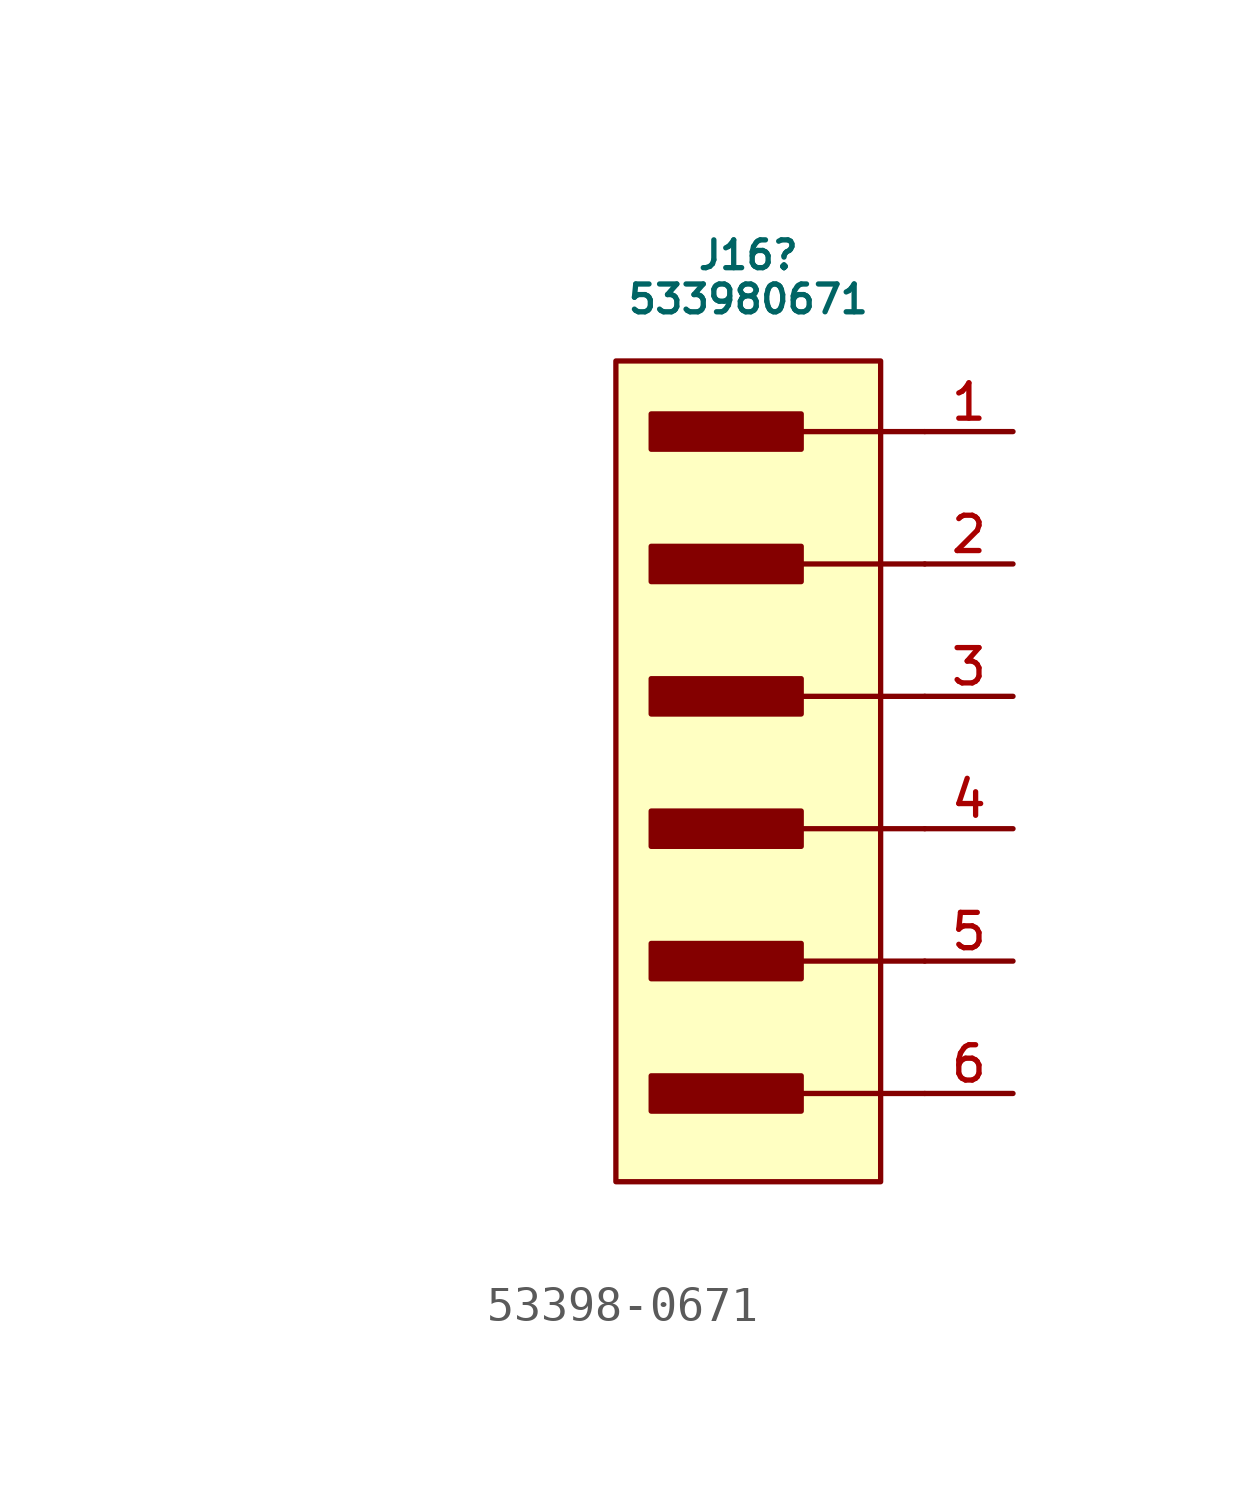
<source format=kicad_sym>
(kicad_symbol_lib
  (version 20220914)
  (generator kicad_symbol_editor)
  (symbol "53398-0671"
    (pin_names
      (offset 0))
    (property "Reference" "J16"
      (at -8.89 2.54 0)
      (do_not_autoplace)
      (effects (font (size 0.8 0.8))))
    (property "Value" "533980671"
      (at -8.89 1.27 0)
      (do_not_autoplace)
      (effects (font (size 0.8 0.8))))
    (symbol "53398-0671_1_1"
      (rectangle (start -12.7 -0.508) (end -5.08 -24.13) (stroke (width 0) (type solid)) (fill (type background)))
      (rectangle (start -11.684 -21.082) (end -7.366 -22.098) (stroke (width 0) (type solid)) (fill (type outline)))
      (rectangle (start -11.684 -17.272) (end -7.366 -18.288) (stroke (width 0) (type solid)) (fill (type outline)))
      (rectangle (start -11.684 -13.462) (end -7.366 -14.478) (stroke (width 0) (type solid)) (fill (type outline)))
      (rectangle (start -11.684 -9.652) (end -7.366 -10.668) (stroke (width 0) (type solid)) (fill (type outline)))
      (rectangle (start -11.684 -5.842) (end -7.366 -6.858) (stroke (width 0) (type solid)) (fill (type outline)))
      (rectangle (start -11.684 -2.032) (end -7.366 -3.048) (stroke (width 0) (type solid)) (fill (type outline)))
      (polyline (pts (xy -9.398 -21.59) (xy -3.81 -21.59)) (stroke (width 0) (type solid)) (fill (type none)))
      (polyline (pts (xy -9.398 -17.78) (xy -3.81 -17.78)) (stroke (width 0) (type solid)) (fill (type none)))
      (polyline (pts (xy -9.398 -13.97) (xy -3.81 -13.97)) (stroke (width 0) (type solid)) (fill (type none)))
      (polyline (pts (xy -9.398 -10.16) (xy -3.81 -10.16)) (stroke (width 0) (type solid)) (fill (type none)))
      (polyline (pts (xy -9.398 -6.35) (xy -3.81 -6.35)) (stroke (width 0) (type solid)) (fill (type none)))
      (polyline (pts (xy -9.398 -2.54) (xy -3.81 -2.54)) (stroke (width 0) (type solid)) (fill (type none)))
      (pin passive line (at -1.27 -2.54 180) (length 2.54) (name "" (effects (font (size 1.016 1.016)))) (number "1" (effects (font (size 1.016 1.016)))))
      (pin passive line (at -1.27 -6.35 180) (length 2.54) (name "" (effects (font (size 1.016 1.016)))) (number "2" (effects (font (size 1.016 1.016)))))
      (pin passive line (at -1.27 -10.16 180) (length 2.54) (name "" (effects (font (size 1.016 1.016)))) (number "3" (effects (font (size 1.016 1.016)))))
      (pin passive line (at -1.27 -13.97 180) (length 2.54) (name "" (effects (font (size 1.016 1.016)))) (number "4" (effects (font (size 1.016 1.016)))))
      (pin passive line (at -1.27 -17.78 180) (length 2.54) (name "" (effects (font (size 1.016 1.016)))) (number "5" (effects (font (size 1.016 1.016)))))
      (pin passive line (at -1.27 -21.59 180) (length 2.54) (name "" (effects (font (size 1.016 1.016)))) (number "6" (effects (font (size 1.016 1.016)))))
      (pin no_connect line (at -21.59 -10.16 180) (length 2.54) hide (name "MNT_1" (effects (font (size 1.016 1.016)))) (number "7" (effects (font (size 1.016 1.016)))))
      (pin no_connect line (at -21.59 -13.97 180) (length 2.54) hide (name "MNT_2" (effects (font (size 1.016 1.016)))) (number "8" (effects (font (size 1.016 1.016))))))))
</source>
